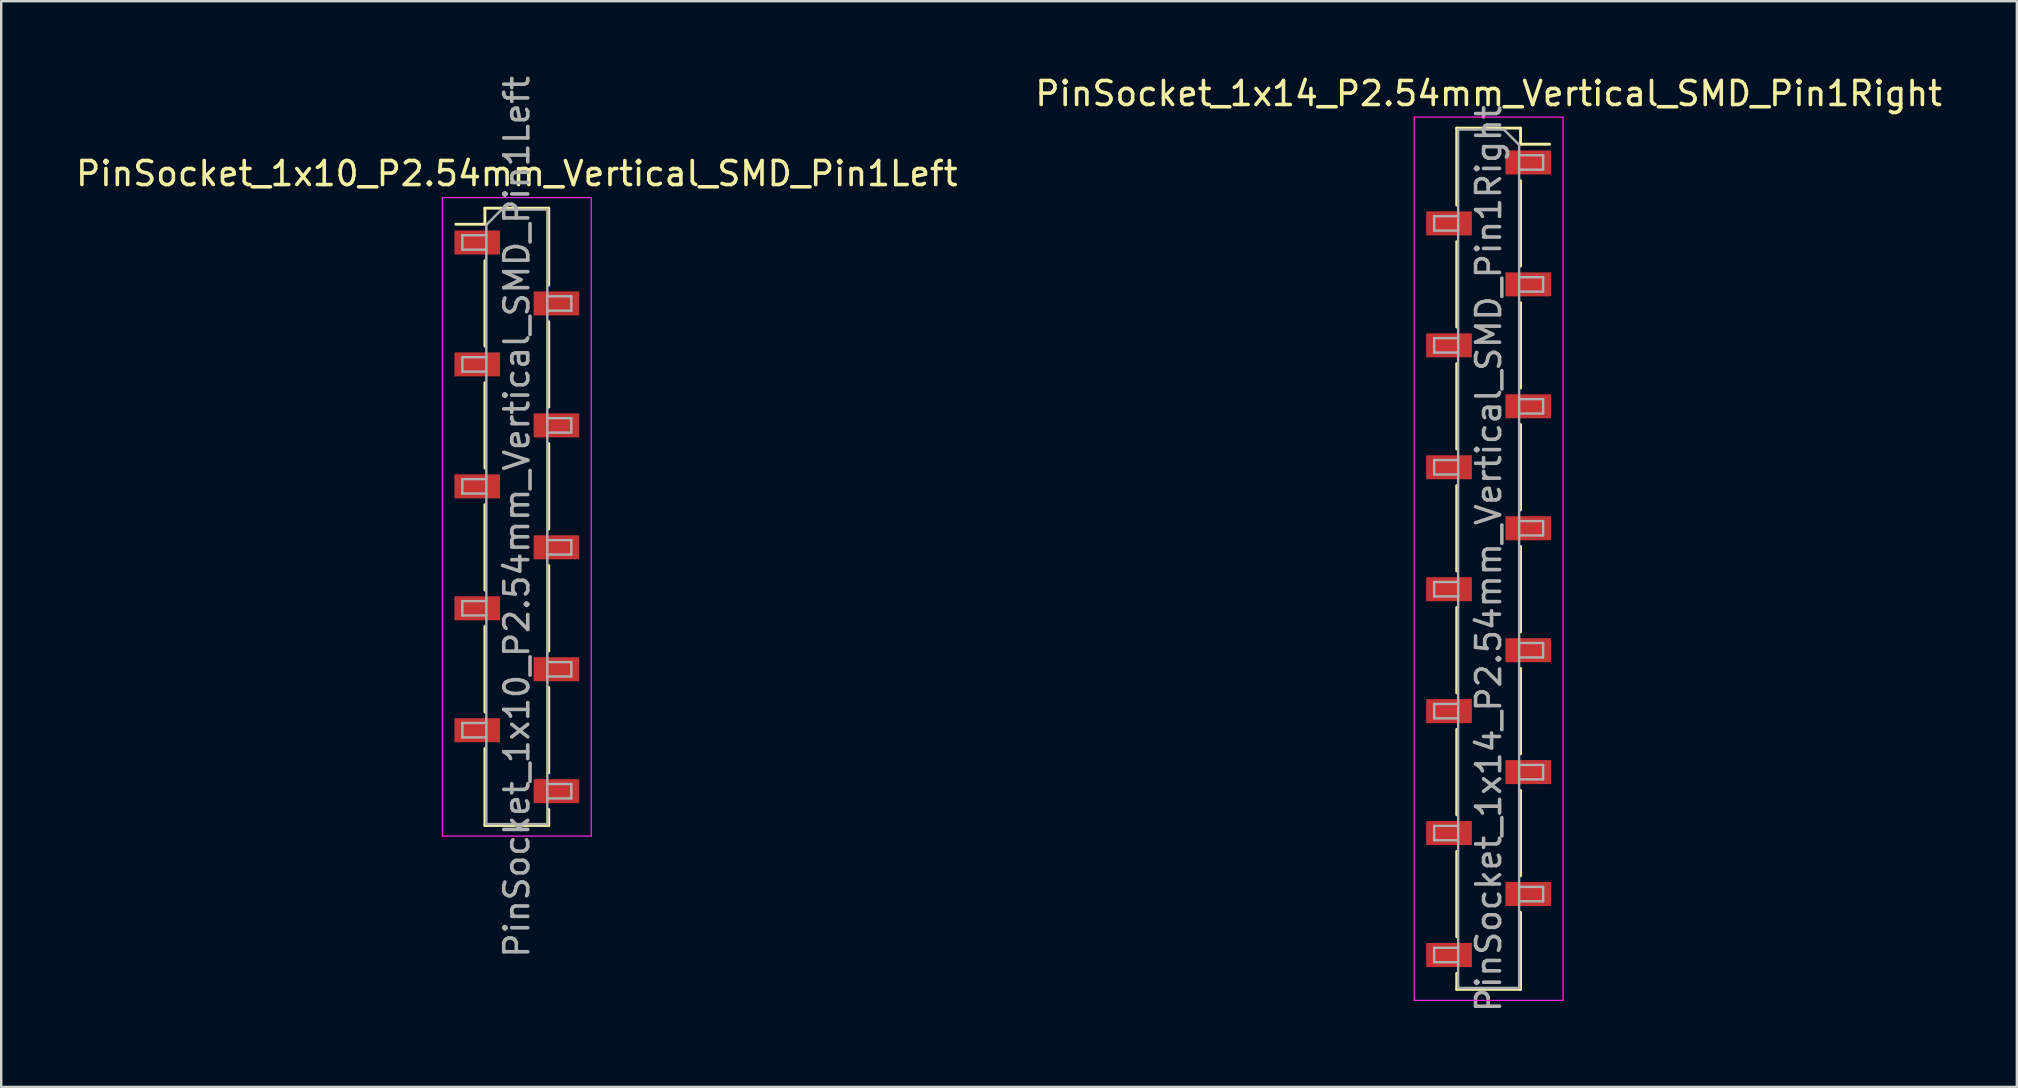
<source format=kicad_pcb>
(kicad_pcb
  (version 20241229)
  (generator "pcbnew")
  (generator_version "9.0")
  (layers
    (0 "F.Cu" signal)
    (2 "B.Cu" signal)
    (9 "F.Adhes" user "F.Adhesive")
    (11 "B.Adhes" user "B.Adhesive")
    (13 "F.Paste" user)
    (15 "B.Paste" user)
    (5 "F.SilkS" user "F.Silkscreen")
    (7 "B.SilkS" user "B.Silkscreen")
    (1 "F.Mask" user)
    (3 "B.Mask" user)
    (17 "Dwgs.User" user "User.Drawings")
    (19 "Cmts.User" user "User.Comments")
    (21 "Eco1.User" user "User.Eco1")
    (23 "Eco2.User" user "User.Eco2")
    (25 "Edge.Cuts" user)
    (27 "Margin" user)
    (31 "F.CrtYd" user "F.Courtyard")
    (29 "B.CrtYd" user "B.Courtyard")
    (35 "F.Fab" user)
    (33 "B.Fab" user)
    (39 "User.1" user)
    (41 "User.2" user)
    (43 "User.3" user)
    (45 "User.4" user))
  (footprint "PinSocket_1x10_P2.54mm_Vertical_SMD_Pin1Left"
    (layer "F.Cu")
    (at 18.482 18.482)
    (property "Reference" "PinSocket_1x10_P2.54mm_Vertical_SMD_Pin1Left" (at 0 -14.3 0) (layer "F.SilkS") (effects (font (size 1 1) (thickness 0.15))))
    (attr smd)
    (fp_line (start -2.54 -12.19) (end -1.33 -12.19) (stroke (width 0.12) (type solid)) (layer "F.SilkS"))
    (fp_line (start -1.33 -12.86) (end -1.33 -12.19) (stroke (width 0.12) (type solid)) (layer "F.SilkS"))
    (fp_line (start -1.33 -12.86) (end 1.33 -12.86) (stroke (width 0.12) (type solid)) (layer "F.SilkS"))
    (fp_line (start -1.33 -10.67) (end -1.33 -7.11) (stroke (width 0.12) (type solid)) (layer "F.SilkS"))
    (fp_line (start -1.33 -5.59) (end -1.33 -2.03) (stroke (width 0.12) (type solid)) (layer "F.SilkS"))
    (fp_line (start -1.33 -0.51) (end -1.33 3.05) (stroke (width 0.12) (type solid)) (layer "F.SilkS"))
    (fp_line (start -1.33 4.57) (end -1.33 8.13) (stroke (width 0.12) (type solid)) (layer "F.SilkS"))
    (fp_line (start -1.33 9.65) (end -1.33 12.86) (stroke (width 0.12) (type solid)) (layer "F.SilkS"))
    (fp_line (start -1.33 12.86) (end 1.33 12.86) (stroke (width 0.12) (type solid)) (layer "F.SilkS"))
    (fp_line (start 1.33 -12.86) (end 1.33 -9.65) (stroke (width 0.12) (type solid)) (layer "F.SilkS"))
    (fp_line (start 1.33 -8.13) (end 1.33 -4.57) (stroke (width 0.12) (type solid)) (layer "F.SilkS"))
    (fp_line (start 1.33 -3.05) (end 1.33 0.51) (stroke (width 0.12) (type solid)) (layer "F.SilkS"))
    (fp_line (start 1.33 2.03) (end 1.33 5.59) (stroke (width 0.12) (type solid)) (layer "F.SilkS"))
    (fp_line (start 1.33 7.11) (end 1.33 10.67) (stroke (width 0.12) (type solid)) (layer "F.SilkS"))
    (fp_line (start 1.33 12.19) (end 1.33 12.86) (stroke (width 0.12) (type solid)) (layer "F.SilkS"))
    (fp_line (start -3.1 -13.3) (end 3.1 -13.3) (stroke (width 0.05) (type solid)) (layer "F.CrtYd"))
    (fp_line (start -3.1 13.3) (end -3.1 -13.3) (stroke (width 0.05) (type solid)) (layer "F.CrtYd"))
    (fp_line (start 3.1 -13.3) (end 3.1 13.3) (stroke (width 0.05) (type solid)) (layer "F.CrtYd"))
    (fp_line (start 3.1 13.3) (end -3.1 13.3) (stroke (width 0.05) (type solid)) (layer "F.CrtYd"))
    (fp_line (start -2.27 -11.73) (end -1.27 -11.73) (stroke (width 0.1) (type solid)) (layer "F.Fab"))
    (fp_line (start -2.27 -11.13) (end -2.27 -11.73) (stroke (width 0.1) (type solid)) (layer "F.Fab"))
    (fp_line (start -2.27 -6.65) (end -1.27 -6.65) (stroke (width 0.1) (type solid)) (layer "F.Fab"))
    (fp_line (start -2.27 -6.05) (end -2.27 -6.65) (stroke (width 0.1) (type solid)) (layer "F.Fab"))
    (fp_line (start -2.27 -1.57) (end -1.27 -1.57) (stroke (width 0.1) (type solid)) (layer "F.Fab"))
    (fp_line (start -2.27 -0.97) (end -2.27 -1.57) (stroke (width 0.1) (type solid)) (layer "F.Fab"))
    (fp_line (start -2.27 3.51) (end -1.27 3.51) (stroke (width 0.1) (type solid)) (layer "F.Fab"))
    (fp_line (start -2.27 4.11) (end -2.27 3.51) (stroke (width 0.1) (type solid)) (layer "F.Fab"))
    (fp_line (start -2.27 8.59) (end -1.27 8.59) (stroke (width 0.1) (type solid)) (layer "F.Fab"))
    (fp_line (start -2.27 9.19) (end -2.27 8.59) (stroke (width 0.1) (type solid)) (layer "F.Fab"))
    (fp_line (start -1.27 -12.165) (end -0.635 -12.8) (stroke (width 0.1) (type solid)) (layer "F.Fab"))
    (fp_line (start -1.27 -11.13) (end -2.27 -11.13) (stroke (width 0.1) (type solid)) (layer "F.Fab"))
    (fp_line (start -1.27 -6.05) (end -2.27 -6.05) (stroke (width 0.1) (type solid)) (layer "F.Fab"))
    (fp_line (start -1.27 -0.97) (end -2.27 -0.97) (stroke (width 0.1) (type solid)) (layer "F.Fab"))
    (fp_line (start -1.27 4.11) (end -2.27 4.11) (stroke (width 0.1) (type solid)) (layer "F.Fab"))
    (fp_line (start -1.27 9.19) (end -2.27 9.19) (stroke (width 0.1) (type solid)) (layer "F.Fab"))
    (fp_line (start -1.27 12.8) (end -1.27 -12.165) (stroke (width 0.1) (type solid)) (layer "F.Fab"))
    (fp_line (start -0.635 -12.8) (end 1.27 -12.8) (stroke (width 0.1) (type solid)) (layer "F.Fab"))
    (fp_line (start 1.27 -12.8) (end 1.27 12.8) (stroke (width 0.1) (type solid)) (layer "F.Fab"))
    (fp_line (start 1.27 -9.19) (end 2.27 -9.19) (stroke (width 0.1) (type solid)) (layer "F.Fab"))
    (fp_line (start 1.27 -4.11) (end 2.27 -4.11) (stroke (width 0.1) (type solid)) (layer "F.Fab"))
    (fp_line (start 1.27 0.97) (end 2.27 0.97) (stroke (width 0.1) (type solid)) (layer "F.Fab"))
    (fp_line (start 1.27 6.05) (end 2.27 6.05) (stroke (width 0.1) (type solid)) (layer "F.Fab"))
    (fp_line (start 1.27 11.13) (end 2.27 11.13) (stroke (width 0.1) (type solid)) (layer "F.Fab"))
    (fp_line (start 1.27 12.8) (end -1.27 12.8) (stroke (width 0.1) (type solid)) (layer "F.Fab"))
    (fp_line (start 2.27 -9.19) (end 2.27 -8.59) (stroke (width 0.1) (type solid)) (layer "F.Fab"))
    (fp_line (start 2.27 -8.59) (end 1.27 -8.59) (stroke (width 0.1) (type solid)) (layer "F.Fab"))
    (fp_line (start 2.27 -4.11) (end 2.27 -3.51) (stroke (width 0.1) (type solid)) (layer "F.Fab"))
    (fp_line (start 2.27 -3.51) (end 1.27 -3.51) (stroke (width 0.1) (type solid)) (layer "F.Fab"))
    (fp_line (start 2.27 0.97) (end 2.27 1.57) (stroke (width 0.1) (type solid)) (layer "F.Fab"))
    (fp_line (start 2.27 1.57) (end 1.27 1.57) (stroke (width 0.1) (type solid)) (layer "F.Fab"))
    (fp_line (start 2.27 6.05) (end 2.27 6.65) (stroke (width 0.1) (type solid)) (layer "F.Fab"))
    (fp_line (start 2.27 6.65) (end 1.27 6.65) (stroke (width 0.1) (type solid)) (layer "F.Fab"))
    (fp_line (start 2.27 11.13) (end 2.27 11.73) (stroke (width 0.1) (type solid)) (layer "F.Fab"))
    (fp_line (start 2.27 11.73) (end 1.27 11.73) (stroke (width 0.1) (type solid)) (layer "F.Fab"))
    (fp_text user "${REFERENCE}" (at 0 0 90) (layer "F.Fab") (effects (font (size 1 1) (thickness 0.15))))
    (pad "1" smd rect (at -1.65 -11.43) (size 1.9 1) (layers "F.Cu" "F.Mask" "F.Paste"))
    (pad "2" smd rect (at 1.65 -8.89) (size 1.9 1) (layers "F.Cu" "F.Mask" "F.Paste"))
    (pad "3" smd rect (at -1.65 -6.35) (size 1.9 1) (layers "F.Cu" "F.Mask" "F.Paste"))
    (pad "4" smd rect (at 1.65 -3.81) (size 1.9 1) (layers "F.Cu" "F.Mask" "F.Paste"))
    (pad "5" smd rect (at -1.65 -1.27) (size 1.9 1) (layers "F.Cu" "F.Mask" "F.Paste"))
    (pad "6" smd rect (at 1.65 1.27) (size 1.9 1) (layers "F.Cu" "F.Mask" "F.Paste"))
    (pad "7" smd rect (at -1.65 3.81) (size 1.9 1) (layers "F.Cu" "F.Mask" "F.Paste"))
    (pad "8" smd rect (at 1.65 6.35) (size 1.9 1) (layers "F.Cu" "F.Mask" "F.Paste"))
    (pad "9" smd rect (at -1.65 8.89) (size 1.9 1) (layers "F.Cu" "F.Mask" "F.Paste"))
    (pad "10" smd rect (at 1.65 11.43) (size 1.9 1) (layers "F.Cu" "F.Mask" "F.Paste")))
  (footprint "PinSocket_1x14_P2.54mm_Vertical_SMD_Pin1Right"
    (layer "F.Cu")
    (at 58.97 20.228)
    (property "Reference" "PinSocket_1x14_P2.54mm_Vertical_SMD_Pin1Right" (at 0 -19.38 0) (layer "F.SilkS") (effects (font (size 1 1) (thickness 0.15))))
    (attr smd)
    (fp_line (start -1.33 -17.94) (end -1.33 -14.73) (stroke (width 0.12) (type solid)) (layer "F.SilkS"))
    (fp_line (start -1.33 -17.94) (end 1.33 -17.94) (stroke (width 0.12) (type solid)) (layer "F.SilkS"))
    (fp_line (start -1.33 -13.21) (end -1.33 -9.65) (stroke (width 0.12) (type solid)) (layer "F.SilkS"))
    (fp_line (start -1.33 -8.13) (end -1.33 -4.57) (stroke (width 0.12) (type solid)) (layer "F.SilkS"))
    (fp_line (start -1.33 -3.05) (end -1.33 0.51) (stroke (width 0.12) (type solid)) (layer "F.SilkS"))
    (fp_line (start -1.33 2.03) (end -1.33 5.59) (stroke (width 0.12) (type solid)) (layer "F.SilkS"))
    (fp_line (start -1.33 7.11) (end -1.33 10.67) (stroke (width 0.12) (type solid)) (layer "F.SilkS"))
    (fp_line (start -1.33 12.19) (end -1.33 15.75) (stroke (width 0.12) (type solid)) (layer "F.SilkS"))
    (fp_line (start -1.33 17.27) (end -1.33 17.94) (stroke (width 0.12) (type solid)) (layer "F.SilkS"))
    (fp_line (start -1.33 17.94) (end 1.33 17.94) (stroke (width 0.12) (type solid)) (layer "F.SilkS"))
    (fp_line (start 1.33 -17.94) (end 1.33 -17.27) (stroke (width 0.12) (type solid)) (layer "F.SilkS"))
    (fp_line (start 1.33 -17.27) (end 2.54 -17.27) (stroke (width 0.12) (type solid)) (layer "F.SilkS"))
    (fp_line (start 1.33 -15.75) (end 1.33 -12.19) (stroke (width 0.12) (type solid)) (layer "F.SilkS"))
    (fp_line (start 1.33 -10.67) (end 1.33 -7.11) (stroke (width 0.12) (type solid)) (layer "F.SilkS"))
    (fp_line (start 1.33 -5.59) (end 1.33 -2.03) (stroke (width 0.12) (type solid)) (layer "F.SilkS"))
    (fp_line (start 1.33 -0.51) (end 1.33 3.05) (stroke (width 0.12) (type solid)) (layer "F.SilkS"))
    (fp_line (start 1.33 4.57) (end 1.33 8.13) (stroke (width 0.12) (type solid)) (layer "F.SilkS"))
    (fp_line (start 1.33 9.65) (end 1.33 13.21) (stroke (width 0.12) (type solid)) (layer "F.SilkS"))
    (fp_line (start 1.33 14.73) (end 1.33 17.94) (stroke (width 0.12) (type solid)) (layer "F.SilkS"))
    (fp_line (start -3.1 -18.4) (end 3.1 -18.4) (stroke (width 0.05) (type solid)) (layer "F.CrtYd"))
    (fp_line (start -3.1 18.4) (end -3.1 -18.4) (stroke (width 0.05) (type solid)) (layer "F.CrtYd"))
    (fp_line (start 3.1 -18.4) (end 3.1 18.4) (stroke (width 0.05) (type solid)) (layer "F.CrtYd"))
    (fp_line (start 3.1 18.4) (end -3.1 18.4) (stroke (width 0.05) (type solid)) (layer "F.CrtYd"))
    (fp_line (start -2.27 -14.27) (end -1.27 -14.27) (stroke (width 0.1) (type solid)) (layer "F.Fab"))
    (fp_line (start -2.27 -13.67) (end -2.27 -14.27) (stroke (width 0.1) (type solid)) (layer "F.Fab"))
    (fp_line (start -2.27 -9.19) (end -1.27 -9.19) (stroke (width 0.1) (type solid)) (layer "F.Fab"))
    (fp_line (start -2.27 -8.59) (end -2.27 -9.19) (stroke (width 0.1) (type solid)) (layer "F.Fab"))
    (fp_line (start -2.27 -4.11) (end -1.27 -4.11) (stroke (width 0.1) (type solid)) (layer "F.Fab"))
    (fp_line (start -2.27 -3.51) (end -2.27 -4.11) (stroke (width 0.1) (type solid)) (layer "F.Fab"))
    (fp_line (start -2.27 0.97) (end -1.27 0.97) (stroke (width 0.1) (type solid)) (layer "F.Fab"))
    (fp_line (start -2.27 1.57) (end -2.27 0.97) (stroke (width 0.1) (type solid)) (layer "F.Fab"))
    (fp_line (start -2.27 6.05) (end -1.27 6.05) (stroke (width 0.1) (type solid)) (layer "F.Fab"))
    (fp_line (start -2.27 6.65) (end -2.27 6.05) (stroke (width 0.1) (type solid)) (layer "F.Fab"))
    (fp_line (start -2.27 11.13) (end -1.27 11.13) (stroke (width 0.1) (type solid)) (layer "F.Fab"))
    (fp_line (start -2.27 11.73) (end -2.27 11.13) (stroke (width 0.1) (type solid)) (layer "F.Fab"))
    (fp_line (start -2.27 16.21) (end -1.27 16.21) (stroke (width 0.1) (type solid)) (layer "F.Fab"))
    (fp_line (start -2.27 16.81) (end -2.27 16.21) (stroke (width 0.1) (type solid)) (layer "F.Fab"))
    (fp_line (start -1.27 -17.88) (end 0.635 -17.88) (stroke (width 0.1) (type solid)) (layer "F.Fab"))
    (fp_line (start -1.27 -13.67) (end -2.27 -13.67) (stroke (width 0.1) (type solid)) (layer "F.Fab"))
    (fp_line (start -1.27 -8.59) (end -2.27 -8.59) (stroke (width 0.1) (type solid)) (layer "F.Fab"))
    (fp_line (start -1.27 -3.51) (end -2.27 -3.51) (stroke (width 0.1) (type solid)) (layer "F.Fab"))
    (fp_line (start -1.27 1.57) (end -2.27 1.57) (stroke (width 0.1) (type solid)) (layer "F.Fab"))
    (fp_line (start -1.27 6.65) (end -2.27 6.65) (stroke (width 0.1) (type solid)) (layer "F.Fab"))
    (fp_line (start -1.27 11.73) (end -2.27 11.73) (stroke (width 0.1) (type solid)) (layer "F.Fab"))
    (fp_line (start -1.27 16.81) (end -2.27 16.81) (stroke (width 0.1) (type solid)) (layer "F.Fab"))
    (fp_line (start -1.27 17.88) (end -1.27 -17.88) (stroke (width 0.1) (type solid)) (layer "F.Fab"))
    (fp_line (start 0.635 -17.88) (end 1.27 -17.245) (stroke (width 0.1) (type solid)) (layer "F.Fab"))
    (fp_line (start 1.27 -17.245) (end 1.27 17.88) (stroke (width 0.1) (type solid)) (layer "F.Fab"))
    (fp_line (start 1.27 -16.81) (end 2.27 -16.81) (stroke (width 0.1) (type solid)) (layer "F.Fab"))
    (fp_line (start 1.27 -11.73) (end 2.27 -11.73) (stroke (width 0.1) (type solid)) (layer "F.Fab"))
    (fp_line (start 1.27 -6.65) (end 2.27 -6.65) (stroke (width 0.1) (type solid)) (layer "F.Fab"))
    (fp_line (start 1.27 -1.57) (end 2.27 -1.57) (stroke (width 0.1) (type solid)) (layer "F.Fab"))
    (fp_line (start 1.27 3.51) (end 2.27 3.51) (stroke (width 0.1) (type solid)) (layer "F.Fab"))
    (fp_line (start 1.27 8.59) (end 2.27 8.59) (stroke (width 0.1) (type solid)) (layer "F.Fab"))
    (fp_line (start 1.27 13.67) (end 2.27 13.67) (stroke (width 0.1) (type solid)) (layer "F.Fab"))
    (fp_line (start 1.27 17.88) (end -1.27 17.88) (stroke (width 0.1) (type solid)) (layer "F.Fab"))
    (fp_line (start 2.27 -16.81) (end 2.27 -16.21) (stroke (width 0.1) (type solid)) (layer "F.Fab"))
    (fp_line (start 2.27 -16.21) (end 1.27 -16.21) (stroke (width 0.1) (type solid)) (layer "F.Fab"))
    (fp_line (start 2.27 -11.73) (end 2.27 -11.13) (stroke (width 0.1) (type solid)) (layer "F.Fab"))
    (fp_line (start 2.27 -11.13) (end 1.27 -11.13) (stroke (width 0.1) (type solid)) (layer "F.Fab"))
    (fp_line (start 2.27 -6.65) (end 2.27 -6.05) (stroke (width 0.1) (type solid)) (layer "F.Fab"))
    (fp_line (start 2.27 -6.05) (end 1.27 -6.05) (stroke (width 0.1) (type solid)) (layer "F.Fab"))
    (fp_line (start 2.27 -1.57) (end 2.27 -0.97) (stroke (width 0.1) (type solid)) (layer "F.Fab"))
    (fp_line (start 2.27 -0.97) (end 1.27 -0.97) (stroke (width 0.1) (type solid)) (layer "F.Fab"))
    (fp_line (start 2.27 3.51) (end 2.27 4.11) (stroke (width 0.1) (type solid)) (layer "F.Fab"))
    (fp_line (start 2.27 4.11) (end 1.27 4.11) (stroke (width 0.1) (type solid)) (layer "F.Fab"))
    (fp_line (start 2.27 8.59) (end 2.27 9.19) (stroke (width 0.1) (type solid)) (layer "F.Fab"))
    (fp_line (start 2.27 9.19) (end 1.27 9.19) (stroke (width 0.1) (type solid)) (layer "F.Fab"))
    (fp_line (start 2.27 13.67) (end 2.27 14.27) (stroke (width 0.1) (type solid)) (layer "F.Fab"))
    (fp_line (start 2.27 14.27) (end 1.27 14.27) (stroke (width 0.1) (type solid)) (layer "F.Fab"))
    (fp_text user "${REFERENCE}" (at 0 0 90) (layer "F.Fab") (effects (font (size 1 1) (thickness 0.15))))
    (pad "1" smd rect (at 1.65 -16.51) (size 1.9 1) (layers "F.Cu" "F.Mask" "F.Paste"))
    (pad "2" smd rect (at -1.65 -13.97) (size 1.9 1) (layers "F.Cu" "F.Mask" "F.Paste"))
    (pad "3" smd rect (at 1.65 -11.43) (size 1.9 1) (layers "F.Cu" "F.Mask" "F.Paste"))
    (pad "4" smd rect (at -1.65 -8.89) (size 1.9 1) (layers "F.Cu" "F.Mask" "F.Paste"))
    (pad "5" smd rect (at 1.65 -6.35) (size 1.9 1) (layers "F.Cu" "F.Mask" "F.Paste"))
    (pad "6" smd rect (at -1.65 -3.81) (size 1.9 1) (layers "F.Cu" "F.Mask" "F.Paste"))
    (pad "7" smd rect (at 1.65 -1.27) (size 1.9 1) (layers "F.Cu" "F.Mask" "F.Paste"))
    (pad "8" smd rect (at -1.65 1.27) (size 1.9 1) (layers "F.Cu" "F.Mask" "F.Paste"))
    (pad "9" smd rect (at 1.65 3.81) (size 1.9 1) (layers "F.Cu" "F.Mask" "F.Paste"))
    (pad "10" smd rect (at -1.65 6.35) (size 1.9 1) (layers "F.Cu" "F.Mask" "F.Paste"))
    (pad "11" smd rect (at 1.65 8.89) (size 1.9 1) (layers "F.Cu" "F.Mask" "F.Paste"))
    (pad "12" smd rect (at -1.65 11.43) (size 1.9 1) (layers "F.Cu" "F.Mask" "F.Paste"))
    (pad "13" smd rect (at 1.65 13.97) (size 1.9 1) (layers "F.Cu" "F.Mask" "F.Paste"))
    (pad "14" smd rect (at -1.65 16.51) (size 1.9 1) (layers "F.Cu" "F.Mask" "F.Paste")))
  (gr_rect
    (start -3 -3)
    (end 80.976 42.234)
    (stroke (width 0.1) (type default))
    (fill no)
    (layer "Edge.Cuts")))
</source>
